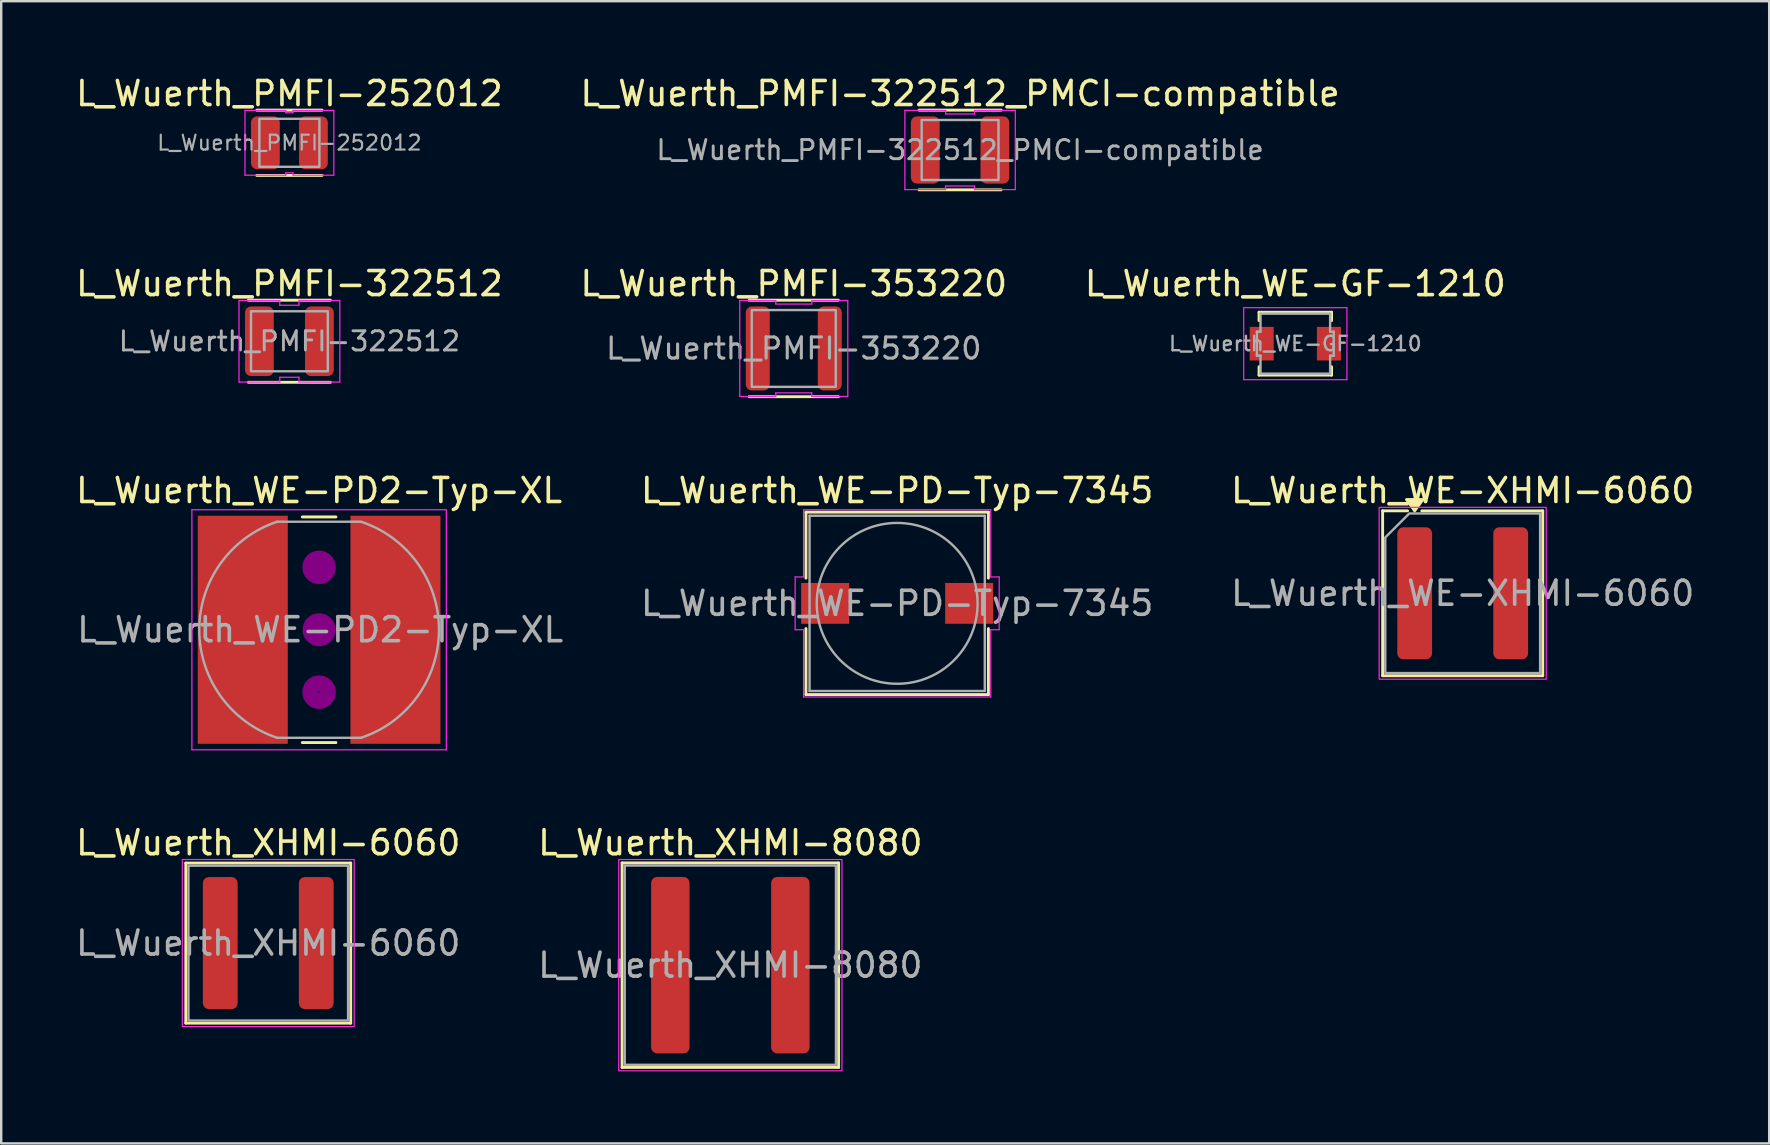
<source format=kicad_pcb>
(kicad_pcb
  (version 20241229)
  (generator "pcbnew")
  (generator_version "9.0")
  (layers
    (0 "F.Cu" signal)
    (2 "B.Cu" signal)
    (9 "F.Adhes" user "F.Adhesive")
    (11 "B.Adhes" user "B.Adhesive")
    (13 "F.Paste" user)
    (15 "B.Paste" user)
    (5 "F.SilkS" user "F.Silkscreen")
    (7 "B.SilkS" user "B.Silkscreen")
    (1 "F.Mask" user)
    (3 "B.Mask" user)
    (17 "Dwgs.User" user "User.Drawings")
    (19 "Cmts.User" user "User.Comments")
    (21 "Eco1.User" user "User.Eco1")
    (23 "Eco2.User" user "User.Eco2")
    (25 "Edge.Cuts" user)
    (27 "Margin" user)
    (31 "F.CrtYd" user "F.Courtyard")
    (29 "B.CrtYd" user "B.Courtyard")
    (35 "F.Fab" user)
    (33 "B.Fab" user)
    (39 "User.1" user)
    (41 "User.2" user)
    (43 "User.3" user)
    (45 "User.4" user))
  (footprint "L_Wuerth_WE-PD2-Typ-XL"
    (layer "F.Cu")
    (at 10.244 23.185)
    (property "Reference" "L_Wuerth_WE-PD2-Typ-XL" (at 0 -5.8 0) (layer "F.SilkS") (effects (font (size 1 1) (thickness 0.15))))
    (attr smd)
    (fp_line (start -0.7 -4.7) (end 0.7 -4.7) (stroke (width 0.12) (type solid)) (layer "F.SilkS"))
    (fp_line (start -0.7 4.7) (end 0.7 4.7) (stroke (width 0.12) (type solid)) (layer "F.SilkS"))
    (fp_circle (center 0 -2.6) (end 0.2 -2.6) (stroke (width 0.38) (type solid)) (fill no) (layer "F.Adhes"))
    (fp_circle (center 0 -2.6) (end 0.5 -2.5) (stroke (width 0.38) (type solid)) (fill no) (layer "F.Adhes"))
    (fp_circle (center 0 0) (end 0.2 0) (stroke (width 0.38) (type solid)) (fill no) (layer "F.Adhes"))
    (fp_circle (center 0 0) (end 0.5 0) (stroke (width 0.38) (type solid)) (fill no) (layer "F.Adhes"))
    (fp_circle (center 0 2.6) (end 0.1 2.8) (stroke (width 0.38) (type solid)) (fill no) (layer "F.Adhes"))
    (fp_circle (center 0 2.6) (end 0.5 2.7) (stroke (width 0.38) (type solid)) (fill no) (layer "F.Adhes"))
    (fp_line (start -5.3 -5) (end -5.3 5) (stroke (width 0.05) (type solid)) (layer "F.CrtYd"))
    (fp_line (start -5.3 5) (end 5.3 5) (stroke (width 0.05) (type solid)) (layer "F.CrtYd"))
    (fp_line (start 5.3 -5) (end -5.3 -5) (stroke (width 0.05) (type solid)) (layer "F.CrtYd"))
    (fp_line (start 5.3 5) (end 5.3 -5) (stroke (width 0.05) (type solid)) (layer "F.CrtYd"))
    (fp_line (start -1.75 4.5) (end 1.75 4.5) (stroke (width 0.1) (type solid)) (layer "F.Fab"))
    (fp_line (start 1.75 -4.5) (end -1.75 -4.5) (stroke (width 0.1) (type solid)) (layer "F.Fab"))
    (fp_arc (start -1.760214 4.496582) (mid -4.993413 -0.005385) (end -1.75 -4.5) (stroke (width 0.1) (type solid)) (layer "F.Fab"))
    (fp_arc (start 1.760214 -4.496582) (mid 4.993413 0.005385) (end 1.75 4.5) (stroke (width 0.1) (type solid)) (layer "F.Fab"))
    (fp_text user "${REFERENCE}" (at 0.045 0 0) (layer "F.Fab") (effects (font (size 1 1) (thickness 0.15))))
    (pad "1" smd rect (at -3.18 0) (size 3.75 9.5) (layers "F.Cu" "F.Mask" "F.Paste"))
    (pad "2" smd rect (at 3.18 0) (size 3.75 9.5) (layers "F.Cu" "F.Mask" "F.Paste")))
  (footprint "L_Wuerth_PMFI-353220"
    (layer "F.Cu")
    (at 30.018 11.466)
    (property "Reference" "L_Wuerth_PMFI-353220" (at 0 -2.7 0) (layer "F.SilkS") (effects (font (size 1 1) (thickness 0.15))))
    (attr smd)
    (fp_line (start -1.86 -2.01) (end 1.86 -2.01) (stroke (width 0.12) (type solid)) (layer "F.SilkS"))
    (fp_line (start 1.86 2.01) (end -1.86 2.01) (stroke (width 0.12) (type solid)) (layer "F.SilkS"))
    (fp_line (start -2.25 -2) (end -0.75 -2) (stroke (width 0.05) (type solid)) (layer "F.CrtYd"))
    (fp_line (start -2.25 2) (end -2.25 -2) (stroke (width 0.05) (type solid)) (layer "F.CrtYd"))
    (fp_line (start -0.75 -2) (end -0.75 -1.85) (stroke (width 0.05) (type solid)) (layer "F.CrtYd"))
    (fp_line (start -0.75 -1.85) (end 0.75 -1.85) (stroke (width 0.05) (type solid)) (layer "F.CrtYd"))
    (fp_line (start -0.75 1.85) (end -0.75 2) (stroke (width 0.05) (type solid)) (layer "F.CrtYd"))
    (fp_line (start -0.75 2) (end -2.25 2) (stroke (width 0.05) (type solid)) (layer "F.CrtYd"))
    (fp_line (start 0.75 -2) (end 2.25 -2) (stroke (width 0.05) (type solid)) (layer "F.CrtYd"))
    (fp_line (start 0.75 -1.85) (end 0.75 -2) (stroke (width 0.05) (type solid)) (layer "F.CrtYd"))
    (fp_line (start 0.75 1.85) (end -0.75 1.85) (stroke (width 0.05) (type solid)) (layer "F.CrtYd"))
    (fp_line (start 0.75 2) (end 0.75 1.85) (stroke (width 0.05) (type solid)) (layer "F.CrtYd"))
    (fp_line (start 2.25 -2) (end 2.25 2) (stroke (width 0.05) (type solid)) (layer "F.CrtYd"))
    (fp_line (start 2.25 2) (end 0.75 2) (stroke (width 0.05) (type solid)) (layer "F.CrtYd"))
    (fp_rect (start -1.75 -1.6) (end 1.75 1.6) (stroke (width 0.1) (type solid)) (fill no) (layer "F.Fab"))
    (fp_text user "${REFERENCE}" (at 0 0 0) (layer "F.Fab") (effects (font (size 0.88 0.88) (thickness 0.13))))
    (pad "1" smd roundrect (at -1.5 0) (size 1 3.5) (layers "F.Cu" "F.Mask" "F.Paste") (roundrect_rratio 0.25))
    (pad "2" smd roundrect (at 1.5 0) (size 1 3.5) (layers "F.Cu" "F.Mask" "F.Paste") (roundrect_rratio 0.25)))
  (footprint "L_Wuerth_PMFI-322512_PMCI-compatible"
    (layer "F.Cu")
    (at 36.946 3.198)
    (property "Reference" "L_Wuerth_PMFI-322512_PMCI-compatible" (at 0 -2.35 0) (layer "F.SilkS") (effects (font (size 1 1) (thickness 0.15))))
    (attr smd)
    (fp_line (start -1.71 -1.66) (end 1.71 -1.66) (stroke (width 0.12) (type solid)) (layer "F.SilkS"))
    (fp_line (start 1.71 1.66) (end -1.71 1.66) (stroke (width 0.12) (type solid)) (layer "F.SilkS"))
    (fp_line (start -2.3 -1.65) (end -0.6 -1.65) (stroke (width 0.05) (type solid)) (layer "F.CrtYd"))
    (fp_line (start -2.3 1.65) (end -2.3 -1.65) (stroke (width 0.05) (type solid)) (layer "F.CrtYd"))
    (fp_line (start -0.6 -1.65) (end -0.6 -1.5) (stroke (width 0.05) (type solid)) (layer "F.CrtYd"))
    (fp_line (start -0.6 -1.5) (end 0.6 -1.5) (stroke (width 0.05) (type solid)) (layer "F.CrtYd"))
    (fp_line (start -0.6 1.5) (end -0.6 1.65) (stroke (width 0.05) (type solid)) (layer "F.CrtYd"))
    (fp_line (start -0.6 1.65) (end -2.3 1.65) (stroke (width 0.05) (type solid)) (layer "F.CrtYd"))
    (fp_line (start 0.6 -1.65) (end 2.3 -1.65) (stroke (width 0.05) (type solid)) (layer "F.CrtYd"))
    (fp_line (start 0.6 -1.5) (end 0.6 -1.65) (stroke (width 0.05) (type solid)) (layer "F.CrtYd"))
    (fp_line (start 0.6 1.5) (end -0.6 1.5) (stroke (width 0.05) (type solid)) (layer "F.CrtYd"))
    (fp_line (start 0.6 1.65) (end 0.6 1.5) (stroke (width 0.05) (type solid)) (layer "F.CrtYd"))
    (fp_line (start 2.3 -1.65) (end 2.3 1.65) (stroke (width 0.05) (type solid)) (layer "F.CrtYd"))
    (fp_line (start 2.3 1.65) (end 0.6 1.65) (stroke (width 0.05) (type solid)) (layer "F.CrtYd"))
    (fp_rect (start -1.6 -1.25) (end 1.6 1.25) (stroke (width 0.1) (type solid)) (fill no) (layer "F.Fab"))
    (fp_text user "${REFERENCE}" (at 0 0 0) (layer "F.Fab") (effects (font (size 0.8 0.8) (thickness 0.12))))
    (pad "1" smd roundrect (at -1.45 0) (size 1.2 2.8) (layers "F.Cu" "F.Mask" "F.Paste") (roundrect_rratio 0.208))
    (pad "2" smd roundrect (at 1.45 0) (size 1.2 2.8) (layers "F.Cu" "F.Mask" "F.Paste") (roundrect_rratio 0.208)))
  (footprint "L_Wuerth_PMFI-252012"
    (layer "F.Cu")
    (at 9.006 2.898)
    (property "Reference" "L_Wuerth_PMFI-252012" (at 0 -2.05 0) (layer "F.SilkS") (effects (font (size 1 1) (thickness 0.15))))
    (attr smd)
    (fp_line (start -1.36 -1.36) (end 1.36 -1.36) (stroke (width 0.12) (type solid)) (layer "F.SilkS"))
    (fp_line (start 1.36 1.36) (end -1.36 1.36) (stroke (width 0.12) (type solid)) (layer "F.SilkS"))
    (fp_line (start -1.85 -1.35) (end -0.15 -1.35) (stroke (width 0.05) (type solid)) (layer "F.CrtYd"))
    (fp_line (start -1.85 1.35) (end -1.85 -1.35) (stroke (width 0.05) (type solid)) (layer "F.CrtYd"))
    (fp_line (start -0.15 -1.35) (end -0.15 -1.25) (stroke (width 0.05) (type solid)) (layer "F.CrtYd"))
    (fp_line (start -0.15 -1.25) (end 0.15 -1.25) (stroke (width 0.05) (type solid)) (layer "F.CrtYd"))
    (fp_line (start -0.15 1.25) (end -0.15 1.35) (stroke (width 0.05) (type solid)) (layer "F.CrtYd"))
    (fp_line (start -0.15 1.35) (end -1.85 1.35) (stroke (width 0.05) (type solid)) (layer "F.CrtYd"))
    (fp_line (start 0.15 -1.35) (end 1.85 -1.35) (stroke (width 0.05) (type solid)) (layer "F.CrtYd"))
    (fp_line (start 0.15 -1.25) (end 0.15 -1.35) (stroke (width 0.05) (type solid)) (layer "F.CrtYd"))
    (fp_line (start 0.15 1.25) (end -0.15 1.25) (stroke (width 0.05) (type solid)) (layer "F.CrtYd"))
    (fp_line (start 0.15 1.35) (end 0.15 1.25) (stroke (width 0.05) (type solid)) (layer "F.CrtYd"))
    (fp_line (start 1.85 -1.35) (end 1.85 1.35) (stroke (width 0.05) (type solid)) (layer "F.CrtYd"))
    (fp_line (start 1.85 1.35) (end 0.15 1.35) (stroke (width 0.05) (type solid)) (layer "F.CrtYd"))
    (fp_rect (start -1.25 -1) (end 1.25 1) (stroke (width 0.1) (type solid)) (fill no) (layer "F.Fab"))
    (fp_text user "${REFERENCE}" (at 0 0 0) (layer "F.Fab") (effects (font (size 0.62 0.62) (thickness 0.09))))
    (pad "1" smd roundrect (at -1 0) (size 1.2 2.2) (layers "F.Cu" "F.Mask" "F.Paste") (roundrect_rratio 0.208))
    (pad "2" smd roundrect (at 1 0) (size 1.2 2.2) (layers "F.Cu" "F.Mask" "F.Paste") (roundrect_rratio 0.208)))
  (footprint "L_Wuerth_PMFI-322512"
    (layer "F.Cu")
    (at 9.006 11.166)
    (property "Reference" "L_Wuerth_PMFI-322512" (at 0 -2.4 0) (layer "F.SilkS") (effects (font (size 1 1) (thickness 0.15))))
    (attr smd)
    (fp_line (start -1.71 -1.71) (end 1.71 -1.71) (stroke (width 0.12) (type solid)) (layer "F.SilkS"))
    (fp_line (start 1.71 1.71) (end -1.71 1.71) (stroke (width 0.12) (type solid)) (layer "F.SilkS"))
    (fp_line (start -2.1 -1.7) (end -0.4 -1.7) (stroke (width 0.05) (type solid)) (layer "F.CrtYd"))
    (fp_line (start -2.1 1.7) (end -2.1 -1.7) (stroke (width 0.05) (type solid)) (layer "F.CrtYd"))
    (fp_line (start -0.4 -1.7) (end -0.4 -1.5) (stroke (width 0.05) (type solid)) (layer "F.CrtYd"))
    (fp_line (start -0.4 -1.5) (end 0.4 -1.5) (stroke (width 0.05) (type solid)) (layer "F.CrtYd"))
    (fp_line (start -0.4 1.5) (end -0.4 1.7) (stroke (width 0.05) (type solid)) (layer "F.CrtYd"))
    (fp_line (start -0.4 1.7) (end -2.1 1.7) (stroke (width 0.05) (type solid)) (layer "F.CrtYd"))
    (fp_line (start 0.4 -1.7) (end 2.1 -1.7) (stroke (width 0.05) (type solid)) (layer "F.CrtYd"))
    (fp_line (start 0.4 -1.5) (end 0.4 -1.7) (stroke (width 0.05) (type solid)) (layer "F.CrtYd"))
    (fp_line (start 0.4 1.5) (end -0.4 1.5) (stroke (width 0.05) (type solid)) (layer "F.CrtYd"))
    (fp_line (start 0.4 1.7) (end 0.4 1.5) (stroke (width 0.05) (type solid)) (layer "F.CrtYd"))
    (fp_line (start 2.1 -1.7) (end 2.1 1.7) (stroke (width 0.05) (type solid)) (layer "F.CrtYd"))
    (fp_line (start 2.1 1.7) (end 0.4 1.7) (stroke (width 0.05) (type solid)) (layer "F.CrtYd"))
    (fp_rect (start -1.6 -1.25) (end 1.6 1.25) (stroke (width 0.1) (type solid)) (fill no) (layer "F.Fab"))
    (fp_text user "${REFERENCE}" (at 0 0 0) (layer "F.Fab") (effects (font (size 0.8 0.8) (thickness 0.12))))
    (pad "1" smd roundrect (at -1.25 0) (size 1.2 2.9) (layers "F.Cu" "F.Mask" "F.Paste") (roundrect_rratio 0.208))
    (pad "2" smd roundrect (at 1.25 0) (size 1.2 2.9) (layers "F.Cu" "F.Mask" "F.Paste") (roundrect_rratio 0.208)))
  (footprint "L_Wuerth_XHMI-6060"
    (layer "F.Cu")
    (at 8.125 36.238)
    (property "Reference" "L_Wuerth_XHMI-6060" (at 0 -4.18 0) (layer "F.SilkS") (effects (font (size 1 1) (thickness 0.15))))
    (attr smd)
    (fp_line (start -3.435 -3.335) (end 3.435 -3.335) (stroke (width 0.12) (type solid)) (layer "F.SilkS"))
    (fp_line (start -3.435 3.335) (end -3.435 -3.335) (stroke (width 0.12) (type solid)) (layer "F.SilkS"))
    (fp_line (start 3.435 -3.335) (end 3.435 3.335) (stroke (width 0.12) (type solid)) (layer "F.SilkS"))
    (fp_line (start 3.435 3.335) (end -3.435 3.335) (stroke (width 0.12) (type solid)) (layer "F.SilkS"))
    (fp_rect (start -3.58 -3.48) (end 3.58 3.48) (stroke (width 0.05) (type solid)) (fill no) (layer "F.CrtYd"))
    (fp_rect (start -3.325 -3.225) (end 3.325 3.225) (stroke (width 0.1) (type solid)) (fill no) (layer "F.Fab"))
    (fp_text user "${REFERENCE}" (at 0 0 0) (layer "F.Fab") (effects (font (size 1 1) (thickness 0.15))))
    (pad "1" smd roundrect (at -2 0) (size 1.45 5.5) (layers "F.Cu" "F.Mask" "F.Paste") (roundrect_rratio 0.172))
    (pad "2" smd roundrect (at 2 0) (size 1.45 5.5) (layers "F.Cu" "F.Mask" "F.Paste") (roundrect_rratio 0.172)))
  (footprint "L_Wuerth_XHMI-8080"
    (layer "F.Cu")
    (at 27.375 37.158)
    (property "Reference" "L_Wuerth_XHMI-8080" (at 0 -5.1 0) (layer "F.SilkS") (effects (font (size 1 1) (thickness 0.15))))
    (attr smd)
    (fp_line (start -4.51 -4.26) (end 4.51 -4.26) (stroke (width 0.12) (type solid)) (layer "F.SilkS"))
    (fp_line (start -4.51 4.26) (end -4.51 -4.26) (stroke (width 0.12) (type solid)) (layer "F.SilkS"))
    (fp_line (start 4.51 -4.26) (end 4.51 4.26) (stroke (width 0.12) (type solid)) (layer "F.SilkS"))
    (fp_line (start 4.51 4.26) (end -4.51 4.26) (stroke (width 0.12) (type solid)) (layer "F.SilkS"))
    (fp_rect (start -4.65 -4.4) (end 4.65 4.4) (stroke (width 0.05) (type solid)) (fill no) (layer "F.CrtYd"))
    (fp_rect (start -4.4 -4.15) (end 4.4 4.15) (stroke (width 0.1) (type solid)) (fill no) (layer "F.Fab"))
    (fp_text user "${REFERENCE}" (at 0 0 0) (layer "F.Fab") (effects (font (size 1 1) (thickness 0.15))))
    (pad "1" smd roundrect (at -2.5 0) (size 1.6 7.35) (layers "F.Cu" "F.Mask" "F.Paste") (roundrect_rratio 0.156))
    (pad "2" smd roundrect (at 2.5 0) (size 1.6 7.35) (layers "F.Cu" "F.Mask" "F.Paste") (roundrect_rratio 0.156)))
  (footprint "L_Wuerth_WE-PD-Typ-7345"
    (layer "F.Cu")
    (at 34.325 22.085)
    (property "Reference" "L_Wuerth_WE-PD-Typ-7345" (at 0 -4.7 0) (layer "F.SilkS") (effects (font (size 1 1) (thickness 0.15))))
    (attr smd)
    (fp_line (start -3.8 -3.8) (end 3.8 -3.8) (stroke (width 0.12) (type solid)) (layer "F.SilkS"))
    (fp_line (start -3.8 -1.05) (end -3.8 -3.8) (stroke (width 0.12) (type solid)) (layer "F.SilkS"))
    (fp_line (start -3.8 3.8) (end -3.8 1.05) (stroke (width 0.12) (type solid)) (layer "F.SilkS"))
    (fp_line (start -3.8 3.8) (end 3.8 3.8) (stroke (width 0.12) (type solid)) (layer "F.SilkS"))
    (fp_line (start 3.8 -1.05) (end 3.8 -3.8) (stroke (width 0.12) (type solid)) (layer "F.SilkS"))
    (fp_line (start 3.8 3.8) (end 3.8 1.05) (stroke (width 0.12) (type solid)) (layer "F.SilkS"))
    (fp_line (start -4.25 -1.1) (end -3.9 -1.1) (stroke (width 0.05) (type solid)) (layer "F.CrtYd"))
    (fp_line (start -4.25 1.1) (end -4.25 -1.1) (stroke (width 0.05) (type solid)) (layer "F.CrtYd"))
    (fp_line (start -4.25 1.1) (end -3.9 1.1) (stroke (width 0.05) (type solid)) (layer "F.CrtYd"))
    (fp_line (start -3.9 -3.9) (end 3.9 -3.9) (stroke (width 0.05) (type solid)) (layer "F.CrtYd"))
    (fp_line (start -3.9 -1.1) (end -3.9 -3.9) (stroke (width 0.05) (type solid)) (layer "F.CrtYd"))
    (fp_line (start -3.9 3.9) (end -3.9 1.1) (stroke (width 0.05) (type solid)) (layer "F.CrtYd"))
    (fp_line (start 3.9 -1.1) (end 3.9 -3.9) (stroke (width 0.05) (type solid)) (layer "F.CrtYd"))
    (fp_line (start 3.9 -1.1) (end 4.25 -1.1) (stroke (width 0.05) (type solid)) (layer "F.CrtYd"))
    (fp_line (start 3.9 1.1) (end 4.25 1.1) (stroke (width 0.05) (type solid)) (layer "F.CrtYd"))
    (fp_line (start 3.9 3.9) (end -3.9 3.9) (stroke (width 0.05) (type solid)) (layer "F.CrtYd"))
    (fp_line (start 3.9 3.9) (end 3.9 1.1) (stroke (width 0.05) (type solid)) (layer "F.CrtYd"))
    (fp_line (start 4.25 1.1) (end 4.25 -1.1) (stroke (width 0.05) (type solid)) (layer "F.CrtYd"))
    (fp_line (start -3.65 -3.65) (end -3.65 3.65) (stroke (width 0.1) (type solid)) (layer "F.Fab"))
    (fp_line (start -3.65 3.65) (end 3.65 3.65) (stroke (width 0.1) (type solid)) (layer "F.Fab"))
    (fp_line (start 3.65 -3.65) (end -3.65 -3.65) (stroke (width 0.1) (type solid)) (layer "F.Fab"))
    (fp_line (start 3.65 3.65) (end 3.65 -3.65) (stroke (width 0.1) (type solid)) (layer "F.Fab"))
    (fp_circle (center 0 0) (end 3.35 -0.05) (stroke (width 0.1) (type solid)) (fill no) (layer "F.Fab"))
    (fp_text user "${REFERENCE}" (at 0 0 0) (layer "F.Fab") (effects (font (size 1 1) (thickness 0.15))))
    (pad "1" smd rect (at -3 0) (size 2 1.7) (layers "F.Cu" "F.Mask" "F.Paste"))
    (pad "2" smd rect (at 3 0) (size 2 1.7) (layers "F.Cu" "F.Mask" "F.Paste")))
  (footprint "L_Wuerth_WE-GF-1210"
    (layer "F.Cu")
    (at 50.911 11.267)
    (property "Reference" "L_Wuerth_WE-GF-1210" (at 0 -2.5 0) (layer "F.SilkS") (effects (font (size 1 1) (thickness 0.15))))
    (attr smd)
    (fp_line (start -1.51 -1.31) (end -1.51 -0.96) (stroke (width 0.12) (type solid)) (layer "F.SilkS"))
    (fp_line (start -1.51 -1.31) (end 1.51 -1.31) (stroke (width 0.12) (type solid)) (layer "F.SilkS"))
    (fp_line (start -1.51 0.96) (end -1.51 1.31) (stroke (width 0.12) (type solid)) (layer "F.SilkS"))
    (fp_line (start -1.51 1.31) (end 1.51 1.31) (stroke (width 0.12) (type solid)) (layer "F.SilkS"))
    (fp_line (start 1.51 -1.31) (end 1.51 -0.96) (stroke (width 0.12) (type solid)) (layer "F.SilkS"))
    (fp_line (start 1.51 0.96) (end 1.51 1.31) (stroke (width 0.12) (type solid)) (layer "F.SilkS"))
    (fp_line (start -2.15 -1.5) (end -2.15 1.5) (stroke (width 0.05) (type solid)) (layer "F.CrtYd"))
    (fp_line (start -2.15 -1.5) (end 2.15 -1.5) (stroke (width 0.05) (type solid)) (layer "F.CrtYd"))
    (fp_line (start -2.15 1.5) (end 2.15 1.5) (stroke (width 0.05) (type solid)) (layer "F.CrtYd"))
    (fp_line (start 2.15 -1.5) (end 2.15 1.5) (stroke (width 0.05) (type solid)) (layer "F.CrtYd"))
    (fp_line (start -1.6 -0.5) (end -1.6 0.5) (stroke (width 0.1) (type solid)) (layer "F.Fab"))
    (fp_line (start -1.6 -0.5) (end -1.45 -0.5) (stroke (width 0.1) (type solid)) (layer "F.Fab"))
    (fp_line (start -1.45 -1.25) (end -1.45 -0.5) (stroke (width 0.1) (type solid)) (layer "F.Fab"))
    (fp_line (start -1.45 -1.25) (end 1.45 -1.25) (stroke (width 0.1) (type solid)) (layer "F.Fab"))
    (fp_line (start -1.45 0.5) (end -1.6 0.5) (stroke (width 0.1) (type solid)) (layer "F.Fab"))
    (fp_line (start -1.45 0.5) (end -1.45 1.25) (stroke (width 0.1) (type solid)) (layer "F.Fab"))
    (fp_line (start -1.45 1.25) (end 1.45 1.25) (stroke (width 0.1) (type solid)) (layer "F.Fab"))
    (fp_line (start 1.45 -1.25) (end 1.45 -0.5) (stroke (width 0.1) (type solid)) (layer "F.Fab"))
    (fp_line (start 1.45 -0.5) (end 1.6 -0.5) (stroke (width 0.1) (type solid)) (layer "F.Fab"))
    (fp_line (start 1.45 0.5) (end 1.45 1.25) (stroke (width 0.1) (type solid)) (layer "F.Fab"))
    (fp_line (start 1.6 -0.5) (end 1.6 0.5) (stroke (width 0.1) (type solid)) (layer "F.Fab"))
    (fp_line (start 1.6 0.5) (end 1.45 0.5) (stroke (width 0.1) (type solid)) (layer "F.Fab"))
    (fp_text user "${REFERENCE}" (at 0 0 0) (layer "F.Fab") (effects (font (size 0.6 0.6) (thickness 0.1))))
    (pad "1" smd rect (at -1.4 0) (size 1 1.4) (layers "F.Cu" "F.Mask" "F.Paste"))
    (pad "2" smd rect (at 1.4 0) (size 1 1.4) (layers "F.Cu" "F.Mask" "F.Paste")))
  (footprint "L_Wuerth_WE-XHMI-6060"
    (layer "F.Cu")
    (at 57.884 21.665)
    (property "Reference" "L_Wuerth_WE-XHMI-6060" (at 0 -4.28 0) (layer "F.SilkS") (effects (font (size 1 1) (thickness 0.15))))
    (attr smd)
    (fp_line (start -3.335 -3.435) (end -2.296 -3.435) (stroke (width 0.12) (type solid)) (layer "F.SilkS"))
    (fp_line (start -3.335 3.435) (end -3.335 -3.435) (stroke (width 0.12) (type solid)) (layer "F.SilkS"))
    (fp_line (start -1.704 -3.435) (end 3.335 -3.435) (stroke (width 0.12) (type solid)) (layer "F.SilkS"))
    (fp_line (start 3.335 -3.435) (end 3.335 3.435) (stroke (width 0.12) (type solid)) (layer "F.SilkS"))
    (fp_line (start 3.335 3.435) (end -3.335 3.435) (stroke (width 0.12) (type solid)) (layer "F.SilkS"))
    (fp_poly (pts (xy -2 -3.435) (xy -2.34 -3.905) (xy -1.66 -3.905)) (stroke (width 0.12) (type solid)) (fill yes) (layer "F.SilkS"))
    (fp_rect (start -3.48 -3.58) (end 3.48 3.58) (stroke (width 0.05) (type solid)) (fill no) (layer "F.CrtYd"))
    (fp_poly (pts (xy -3.225 -2.325) (xy -3.225 3.325) (xy 3.225 3.325) (xy 3.225 -3.325) (xy -2.225 -3.325)) (stroke (width 0.1) (type solid)) (fill no) (layer "F.Fab"))
    (fp_text user "${REFERENCE}" (at 0 0 0) (layer "F.Fab") (effects (font (size 1 1) (thickness 0.15))))
    (pad "1" smd roundrect (at -2 0) (size 1.45 5.5) (layers "F.Cu" "F.Mask" "F.Paste") (roundrect_rratio 0.172))
    (pad "2" smd roundrect (at 2 0) (size 1.45 5.5) (layers "F.Cu" "F.Mask" "F.Paste") (roundrect_rratio 0.172)))
  (gr_rect
    (start -3 -3)
    (end 70.652 44.583)
    (stroke (width 0.1) (type default))
    (fill no)
    (layer "Edge.Cuts")))
</source>
